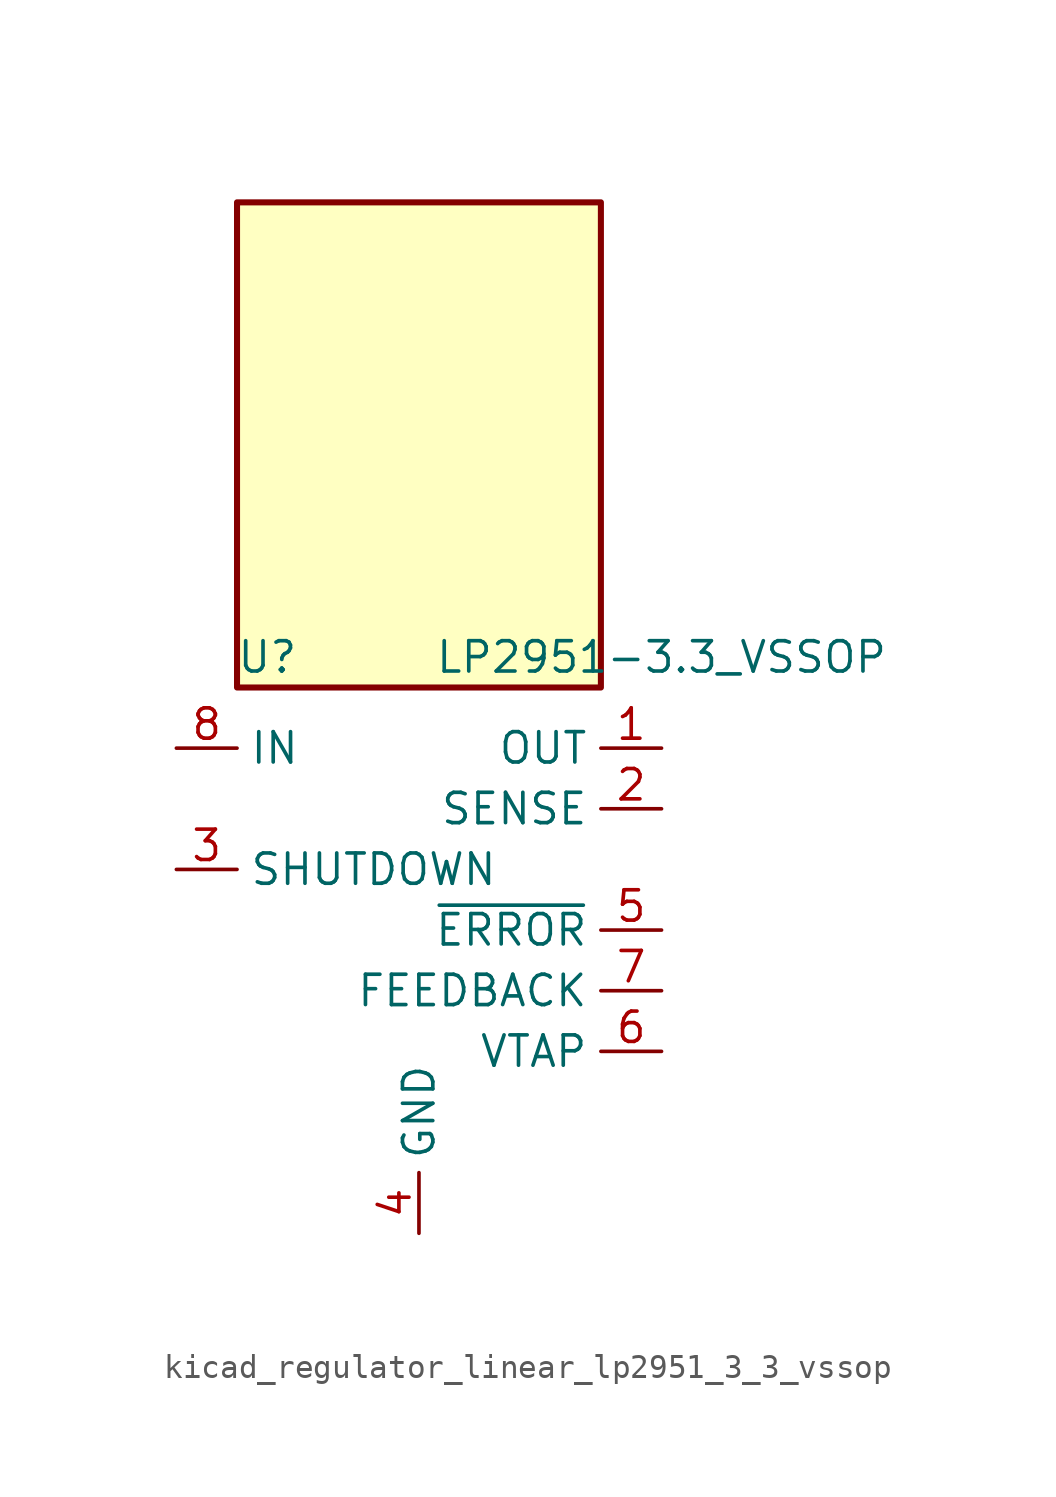
<source format=kicad_sym>
(kicad_symbol_lib
  (version 20220914)
  (generator kicad_symbol_editor)
  (symbol "kicad_regulator_linear_lp2951_3_3_vssop"
    (property "Reference" "U"
      (at -6.35 11.43 0)
      (effects (font (size 1.27 1.27))))
    (property "Value" "LP2951-3.3_VSSOP"
      (at 10.16 11.43 0)
      (effects (font (size 1.27 1.27))))
    (symbol "kicad_regulator_linear_lp2951_3_3_vssop_0_1"
      (rectangle (start 7.62 30.48) (end -7.62 10.16) (stroke (width 0.254) (type default)) (fill (type background))))
    (symbol "kicad_regulator_linear_lp2951_3_3_vssop_1_1"
      (pin power_out line (at 10.16 7.62 180) (length 2.54) (name "OUT" (effects (font (size 1.27 1.27)))) (number "1" (effects (font (size 1.27 1.27)))))
      (pin passive line (at 10.16 5.08 180) (length 2.54) (name "SENSE" (effects (font (size 1.27 1.27)))) (number "2" (effects (font (size 1.27 1.27)))))
      (pin input line (at -10.16 2.54 0) (length 2.54) (name "SHUTDOWN" (effects (font (size 1.27 1.27)))) (number "3" (effects (font (size 1.27 1.27)))))
      (pin power_in line (at 0 -12.7 90) (length 2.54) (name "GND" (effects (font (size 1.27 1.27)))) (number "4" (effects (font (size 1.27 1.27)))))
      (pin open_collector line (at 10.16 0 180) (length 2.54) (name "~{ERROR}" (effects (font (size 1.27 1.27)))) (number "5" (effects (font (size 1.27 1.27)))))
      (pin input line (at 10.16 -5.08 180) (length 2.54) (name "VTAP" (effects (font (size 1.27 1.27)))) (number "6" (effects (font (size 1.27 1.27)))))
      (pin input line (at 10.16 -2.54 180) (length 2.54) (name "FEEDBACK" (effects (font (size 1.27 1.27)))) (number "7" (effects (font (size 1.27 1.27)))))
      (pin power_in line (at -10.16 7.62 0) (length 2.54) (name "IN" (effects (font (size 1.27 1.27)))) (number "8" (effects (font (size 1.27 1.27))))))))
</source>
